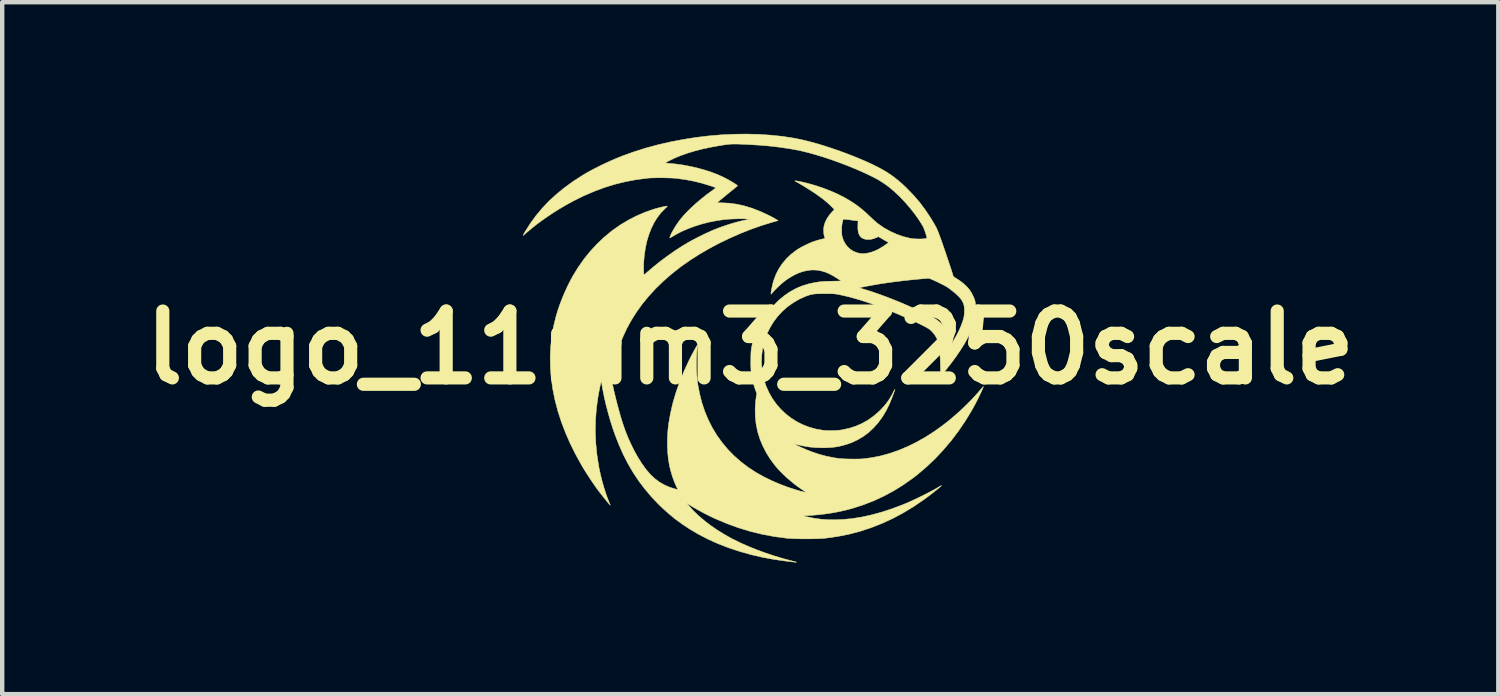
<source format=kicad_pcb>
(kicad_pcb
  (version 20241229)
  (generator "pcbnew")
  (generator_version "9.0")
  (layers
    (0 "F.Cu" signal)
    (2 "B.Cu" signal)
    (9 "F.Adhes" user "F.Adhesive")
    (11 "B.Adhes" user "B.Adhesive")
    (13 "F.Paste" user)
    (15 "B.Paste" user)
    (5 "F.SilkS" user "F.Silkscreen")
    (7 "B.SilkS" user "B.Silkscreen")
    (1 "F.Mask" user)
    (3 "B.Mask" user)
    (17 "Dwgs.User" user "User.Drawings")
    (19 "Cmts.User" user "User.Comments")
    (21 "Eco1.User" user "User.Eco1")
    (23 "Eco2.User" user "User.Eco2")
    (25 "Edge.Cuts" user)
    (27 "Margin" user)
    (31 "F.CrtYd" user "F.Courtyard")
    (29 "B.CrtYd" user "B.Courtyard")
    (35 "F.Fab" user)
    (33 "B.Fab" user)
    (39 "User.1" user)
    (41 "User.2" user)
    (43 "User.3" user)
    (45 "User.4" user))
  (footprint "logo_11mm3_3250scale"
    (layer "F.Cu")
    (at 14.05 4.874)
    (property "Reference" "logo_11mm3_3250scale" (at 0 0 0) (layer "F.SilkS") (effects (font (size 1.524 1.524) (thickness 0.3))))
    (attr through_hole)
    (fp_poly (pts (xy 0.192 -4.862) (xy 0.466 -4.844) (xy 0.734 -4.816) (xy 0.993 -4.776) (xy 1.101 -4.755) (xy 1.236 -4.725) (xy 1.383 -4.688) (xy 1.538 -4.645) (xy 1.7 -4.595) (xy 1.867 -4.541) (xy 2.035 -4.483) (xy 2.203 -4.421) (xy 2.369 -4.357) (xy 2.529 -4.29) (xy 2.642 -4.242) (xy 2.776 -4.18) (xy 2.896 -4.121) (xy 3.006 -4.062) (xy 3.108 -4.002) (xy 3.202 -3.94) (xy 3.293 -3.874) (xy 3.381 -3.803) (xy 3.47 -3.726) (xy 3.561 -3.64) (xy 3.57 -3.63) (xy 3.722 -3.474) (xy 3.861 -3.312) (xy 3.989 -3.141) (xy 4.109 -2.961) (xy 4.2 -2.81) (xy 4.219 -2.774) (xy 4.237 -2.742) (xy 4.252 -2.71) (xy 4.267 -2.676) (xy 4.283 -2.638) (xy 4.3 -2.593) (xy 4.32 -2.539) (xy 4.344 -2.473) (xy 4.35 -2.458) (xy 4.37 -2.401) (xy 4.392 -2.337) (xy 4.416 -2.268) (xy 4.441 -2.195) (xy 4.466 -2.121) (xy 4.491 -2.046) (xy 4.516 -1.973) (xy 4.539 -1.903) (xy 4.561 -1.838) (xy 4.58 -1.78) (xy 4.596 -1.73) (xy 4.609 -1.689) (xy 4.618 -1.66) (xy 4.622 -1.644) (xy 4.628 -1.63) (xy 4.638 -1.617) (xy 4.657 -1.602) (xy 4.684 -1.586) (xy 4.781 -1.523) (xy 4.868 -1.455) (xy 4.943 -1.383) (xy 5.002 -1.313) (xy 5.032 -1.267) (xy 5.062 -1.212) (xy 5.09 -1.154) (xy 5.112 -1.098) (xy 5.123 -1.063) (xy 5.131 -1.018) (xy 5.137 -0.963) (xy 5.141 -0.901) (xy 5.141 -0.837) (xy 5.138 -0.777) (xy 5.132 -0.723) (xy 5.132 -0.723) (xy 5.108 -0.606) (xy 5.07 -0.484) (xy 5.02 -0.358) (xy 4.957 -0.225) (xy 4.88 -0.086) (xy 4.789 0.059) (xy 4.686 0.21) (xy 4.608 0.316) (xy 4.574 0.361) (xy 4.538 0.407) (xy 4.502 0.454) (xy 4.466 0.498) (xy 4.433 0.54) (xy 4.403 0.576) (xy 4.378 0.606) (xy 4.359 0.628) (xy 4.348 0.639) (xy 4.345 0.641) (xy 4.344 0.633) (xy 4.342 0.612) (xy 4.34 0.58) (xy 4.338 0.538) (xy 4.336 0.488) (xy 4.335 0.44) (xy 4.332 0.333) (xy 4.328 0.235) (xy 4.323 0.146) (xy 4.318 0.069) (xy 4.311 0.004) (xy 4.305 -0.043) (xy 4.283 -0.136) (xy 4.246 -0.224) (xy 4.196 -0.305) (xy 4.133 -0.377) (xy 4.097 -0.409) (xy 4.07 -0.429) (xy 4.028 -0.454) (xy 3.973 -0.484) (xy 3.905 -0.519) (xy 3.824 -0.558) (xy 3.731 -0.602) (xy 3.627 -0.65) (xy 3.599 -0.663) (xy 3.356 -0.769) (xy 3.122 -0.866) (xy 2.9 -0.952) (xy 2.687 -1.027) (xy 2.486 -1.092) (xy 2.296 -1.146) (xy 2.116 -1.19) (xy 2.005 -1.213) (xy 1.975 -1.218) (xy 1.947 -1.223) (xy 1.919 -1.226) (xy 1.888 -1.228) (xy 1.851 -1.229) (xy 1.806 -1.23) (xy 1.75 -1.23) (xy 1.692 -1.231) (xy 1.614 -1.23) (xy 1.549 -1.229) (xy 1.495 -1.226) (xy 1.448 -1.222) (xy 1.406 -1.215) (xy 1.367 -1.206) (xy 1.328 -1.194) (xy 1.286 -1.179) (xy 1.254 -1.167) (xy 1.111 -1.102) (xy 0.976 -1.023) (xy 0.85 -0.933) (xy 0.735 -0.832) (xy 0.63 -0.719) (xy 0.536 -0.596) (xy 0.454 -0.463) (xy 0.384 -0.322) (xy 0.364 -0.274) (xy 0.316 -0.13) (xy 0.282 0.018) (xy 0.262 0.17) (xy 0.256 0.322) (xy 0.265 0.475) (xy 0.288 0.626) (xy 0.325 0.773) (xy 0.365 0.887) (xy 0.43 1.03) (xy 0.507 1.164) (xy 0.597 1.289) (xy 0.697 1.404) (xy 0.808 1.509) (xy 0.928 1.602) (xy 1.056 1.684) (xy 1.193 1.753) (xy 1.336 1.809) (xy 1.486 1.852) (xy 1.641 1.88) (xy 1.643 1.88) (xy 1.7 1.886) (xy 1.767 1.889) (xy 1.84 1.89) (xy 1.914 1.888) (xy 1.985 1.885) (xy 2.049 1.879) (xy 2.098 1.872) (xy 2.257 1.837) (xy 2.407 1.788) (xy 2.548 1.727) (xy 2.681 1.652) (xy 2.806 1.564) (xy 2.924 1.463) (xy 2.982 1.406) (xy 3.051 1.331) (xy 3.111 1.258) (xy 3.163 1.184) (xy 3.212 1.103) (xy 3.249 1.036) (xy 3.267 1.002) (xy 3.281 0.975) (xy 3.292 0.957) (xy 3.298 0.95) (xy 3.298 0.95) (xy 3.295 0.962) (xy 3.288 0.986) (xy 3.276 1.019) (xy 3.261 1.06) (xy 3.244 1.104) (xy 3.227 1.151) (xy 3.208 1.196) (xy 3.191 1.239) (xy 3.176 1.276) (xy 3.17 1.289) (xy 3.094 1.442) (xy 3.008 1.583) (xy 2.914 1.712) (xy 2.811 1.827) (xy 2.7 1.931) (xy 2.58 2.021) (xy 2.451 2.098) (xy 2.315 2.162) (xy 2.223 2.195) (xy 2.121 2.226) (xy 2.022 2.25) (xy 1.921 2.267) (xy 1.815 2.277) (xy 1.7 2.282) (xy 1.651 2.282) (xy 1.483 2.277) (xy 1.323 2.261) (xy 1.167 2.233) (xy 1.079 2.212) (xy 1.051 2.205) (xy 1.029 2.201) (xy 1.018 2.2) (xy 1.017 2.2) (xy 1.022 2.205) (xy 1.04 2.214) (xy 1.066 2.228) (xy 1.1 2.245) (xy 1.118 2.254) (xy 1.279 2.325) (xy 1.434 2.385) (xy 1.588 2.435) (xy 1.744 2.476) (xy 1.906 2.508) (xy 1.985 2.521) (xy 2.029 2.526) (xy 2.085 2.531) (xy 2.15 2.534) (xy 2.221 2.537) (xy 2.295 2.538) (xy 2.369 2.539) (xy 2.44 2.538) (xy 2.503 2.537) (xy 2.557 2.534) (xy 2.573 2.533) (xy 2.776 2.506) (xy 2.98 2.465) (xy 3.184 2.408) (xy 3.389 2.337) (xy 3.594 2.25) (xy 3.798 2.149) (xy 4.001 2.034) (xy 4.203 1.904) (xy 4.388 1.771) (xy 4.524 1.665) (xy 4.661 1.549) (xy 4.797 1.428) (xy 4.928 1.303) (xy 5.052 1.177) (xy 5.167 1.052) (xy 5.263 0.94) (xy 5.284 0.916) (xy 5.3 0.898) (xy 5.31 0.888) (xy 5.313 0.887) (xy 5.312 0.896) (xy 5.304 0.917) (xy 5.291 0.949) (xy 5.273 0.989) (xy 5.251 1.036) (xy 5.226 1.089) (xy 5.199 1.145) (xy 5.17 1.202) (xy 5.141 1.26) (xy 5.111 1.316) (xy 5.083 1.368) (xy 5.056 1.416) (xy 5.053 1.422) (xy 4.904 1.667) (xy 4.745 1.901) (xy 4.577 2.123) (xy 4.399 2.333) (xy 4.212 2.532) (xy 4.017 2.717) (xy 3.814 2.89) (xy 3.701 2.977) (xy 3.488 3.127) (xy 3.269 3.263) (xy 3.044 3.384) (xy 2.813 3.491) (xy 2.576 3.583) (xy 2.333 3.661) (xy 2.232 3.689) (xy 2.068 3.728) (xy 1.901 3.761) (xy 1.728 3.788) (xy 1.546 3.809) (xy 1.353 3.825) (xy 1.301 3.828) (xy 1.207 3.834) (xy 1.293 3.855) (xy 1.456 3.888) (xy 1.625 3.911) (xy 1.801 3.922) (xy 1.899 3.923) (xy 2.109 3.916) (xy 2.324 3.895) (xy 2.544 3.86) (xy 2.77 3.81) (xy 3.001 3.747) (xy 3.238 3.669) (xy 3.481 3.577) (xy 3.58 3.536) (xy 3.648 3.506) (xy 3.726 3.47) (xy 3.811 3.43) (xy 3.899 3.387) (xy 3.988 3.342) (xy 4.074 3.298) (xy 4.154 3.256) (xy 4.225 3.217) (xy 4.259 3.197) (xy 4.302 3.172) (xy 4.332 3.155) (xy 4.351 3.145) (xy 4.36 3.141) (xy 4.361 3.143) (xy 4.354 3.15) (xy 4.341 3.162) (xy 4.31 3.19) (xy 4.268 3.224) (xy 4.218 3.264) (xy 4.164 3.307) (xy 4.106 3.352) (xy 4.048 3.396) (xy 3.993 3.437) (xy 3.943 3.473) (xy 3.711 3.63) (xy 3.475 3.772) (xy 3.236 3.899) (xy 2.993 4.01) (xy 2.747 4.106) (xy 2.496 4.188) (xy 2.242 4.254) (xy 1.983 4.305) (xy 1.72 4.342) (xy 1.708 4.343) (xy 1.649 4.348) (xy 1.578 4.352) (xy 1.497 4.355) (xy 1.409 4.357) (xy 1.317 4.358) (xy 1.224 4.358) (xy 1.131 4.357) (xy 1.043 4.355) (xy 0.962 4.352) (xy 0.891 4.348) (xy 0.833 4.343) (xy 0.828 4.343) (xy 0.545 4.305) (xy 0.268 4.253) (xy -0.005 4.186) (xy -0.274 4.104) (xy -0.54 4.007) (xy -0.804 3.895) (xy -0.846 3.876) (xy -0.911 3.845) (xy -0.982 3.809) (xy -1.056 3.771) (xy -1.13 3.731) (xy -1.202 3.692) (xy -1.27 3.654) (xy -1.33 3.618) (xy -1.381 3.586) (xy -1.417 3.562) (xy -1.431 3.553) (xy -1.438 3.551) (xy -1.438 3.551) (xy -1.433 3.559) (xy -1.421 3.575) (xy -1.403 3.597) (xy -1.397 3.604) (xy -1.297 3.716) (xy -1.182 3.827) (xy -1.054 3.937) (xy -0.915 4.044) (xy -0.765 4.148) (xy -0.605 4.248) (xy -0.438 4.343) (xy -0.399 4.363) (xy -0.233 4.445) (xy -0.053 4.525) (xy 0.137 4.602) (xy 0.335 4.675) (xy 0.539 4.743) (xy 0.746 4.806) (xy 0.953 4.861) (xy 1.001 4.873) (xy 1.033 4.882) (xy 1.05 4.888) (xy 1.053 4.891) (xy 1.041 4.892) (xy 1.015 4.889) (xy 0.996 4.887) (xy 0.981 4.885) (xy 0.953 4.882) (xy 0.916 4.878) (xy 0.873 4.873) (xy 0.836 4.868) (xy 0.556 4.829) (xy 0.282 4.779) (xy 0.015 4.717) (xy -0.244 4.644) (xy -0.495 4.561) (xy -0.737 4.467) (xy -0.968 4.363) (xy -1.189 4.248) (xy -1.379 4.136) (xy -1.548 4.024) (xy -1.707 3.908) (xy -1.858 3.784) (xy -2.007 3.65) (xy -2.095 3.564) (xy -2.255 3.396) (xy -2.334 3.302) (xy 1.274 3.302) (xy 1.278 3.306) (xy 1.282 3.302) (xy 1.278 3.298) (xy 1.274 3.302) (xy -2.334 3.302) (xy -2.403 3.221) (xy -2.54 3.04) (xy -2.666 2.851) (xy -2.782 2.653) (xy -2.89 2.445) (xy -2.988 2.225) (xy -3.079 1.993) (xy -3.134 1.837) (xy -3.189 1.663) (xy -3.24 1.484) (xy -3.287 1.304) (xy -3.328 1.127) (xy -3.362 0.957) (xy -3.377 0.868) (xy -3.383 0.831) (xy -3.389 0.8) (xy -3.393 0.778) (xy -3.395 0.768) (xy -3.395 0.768) (xy -3.398 0.774) (xy -3.403 0.793) (xy -3.41 0.822) (xy -3.419 0.86) (xy -3.428 0.904) (xy -3.438 0.952) (xy -3.448 1.002) (xy -3.457 1.05) (xy -3.465 1.095) (xy -3.47 1.122) (xy -3.506 1.384) (xy -3.526 1.648) (xy -3.531 1.913) (xy -3.52 2.178) (xy -3.494 2.443) (xy -3.452 2.709) (xy -3.446 2.743) (xy -3.415 2.886) (xy -3.38 3.03) (xy -3.34 3.171) (xy -3.298 3.306) (xy -3.253 3.432) (xy -3.213 3.532) (xy -3.188 3.591) (xy -3.209 3.571) (xy -3.222 3.557) (xy -3.243 3.533) (xy -3.27 3.5) (xy -3.302 3.461) (xy -3.337 3.417) (xy -3.374 3.371) (xy -3.41 3.325) (xy -3.445 3.28) (xy -3.476 3.239) (xy -3.501 3.205) (xy -3.541 3.149) (xy -3.586 3.083) (xy -3.635 3.011) (xy -3.684 2.936) (xy -3.733 2.861) (xy -3.777 2.79) (xy -3.817 2.726) (xy -3.839 2.688) (xy -3.978 2.437) (xy -4.103 2.187) (xy -4.212 1.936) (xy -4.307 1.687) (xy -4.387 1.439) (xy -4.451 1.192) (xy -4.501 0.946) (xy -4.53 0.74) (xy -3.155 0.74) (xy -3.153 0.763) (xy -3.149 0.79) (xy -3.142 0.825) (xy -3.132 0.871) (xy -3.13 0.879) (xy -3.101 1.011) (xy -3.068 1.147) (xy -3.033 1.286) (xy -2.996 1.422) (xy -2.96 1.551) (xy -2.924 1.671) (xy -2.906 1.727) (xy -2.85 1.89) (xy -2.786 2.05) (xy -2.715 2.207) (xy -2.64 2.358) (xy -2.56 2.501) (xy -2.477 2.633) (xy -2.392 2.752) (xy -2.363 2.79) (xy -2.27 2.896) (xy -2.171 2.988) (xy -2.066 3.066) (xy -1.953 3.13) (xy -1.833 3.182) (xy -1.735 3.213) (xy -1.705 3.221) (xy -1.68 3.228) (xy -1.664 3.232) (xy -1.662 3.233) (xy -1.656 3.233) (xy -1.656 3.226) (xy -1.662 3.21) (xy -1.675 3.183) (xy -1.713 3.1) (xy -1.75 3.005) (xy -1.785 2.903) (xy -1.815 2.798) (xy -1.84 2.695) (xy -1.844 2.677) (xy -1.868 2.53) (xy -1.883 2.372) (xy -1.89 2.209) (xy -1.888 2.041) (xy -1.876 1.873) (xy -1.86 1.731) (xy -1.819 1.501) (xy -1.765 1.266) (xy -1.696 1.03) (xy -1.613 0.791) (xy -1.516 0.551) (xy -1.406 0.312) (xy -1.383 0.265) (xy -1.359 0.216) (xy -1.333 0.166) (xy -1.306 0.117) (xy -1.281 0.07) (xy -1.257 0.027) (xy -1.237 -0.01) (xy -1.22 -0.038) (xy -1.208 -0.056) (xy -1.203 -0.062) (xy -1.201 -0.056) (xy -1.202 -0.038) (xy -1.204 -0.025) (xy -1.211 0.026) (xy -1.217 0.09) (xy -1.222 0.164) (xy -1.225 0.244) (xy -1.227 0.327) (xy -1.227 0.411) (xy -1.226 0.492) (xy -1.223 0.567) (xy -1.219 0.621) (xy -1.194 0.841) (xy -1.154 1.053) (xy -1.102 1.258) (xy -1.035 1.456) (xy -0.956 1.645) (xy -0.864 1.827) (xy -0.759 2) (xy -0.641 2.164) (xy -0.511 2.319) (xy -0.368 2.465) (xy -0.214 2.601) (xy -0.047 2.728) (xy 0.131 2.844) (xy 0.145 2.852) (xy 0.314 2.946) (xy 0.495 3.034) (xy 0.684 3.115) (xy 0.877 3.187) (xy 1.071 3.249) (xy 1.145 3.27) (xy 1.193 3.282) (xy 1.227 3.291) (xy 1.25 3.296) (xy 1.262 3.297) (xy 1.265 3.295) (xy 1.262 3.291) (xy 1.253 3.285) (xy 1.234 3.271) (xy 1.206 3.253) (xy 1.174 3.23) (xy 1.158 3.22) (xy 1.058 3.148) (xy 0.956 3.068) (xy 0.856 2.984) (xy 0.761 2.896) (xy 0.673 2.808) (xy 0.595 2.722) (xy 0.555 2.673) (xy 0.452 2.533) (xy 0.362 2.388) (xy 0.286 2.24) (xy 0.266 2.192) (xy 1 2.192) (xy 1.004 2.196) (xy 1.008 2.192) (xy 1.004 2.188) (xy 1 2.192) (xy 0.266 2.192) (xy 0.223 2.09) (xy 0.175 1.939) (xy 0.162 1.887) (xy 0.132 1.732) (xy 0.115 1.572) (xy 0.111 1.41) (xy 0.119 1.251) (xy 0.137 1.112) (xy 0.149 1.046) (xy 0.121 0.972) (xy 0.095 0.895) (xy 0.07 0.806) (xy 0.048 0.709) (xy 0.03 0.614) (xy 0.024 0.579) (xy 0.02 0.548) (xy 0.017 0.516) (xy 0.015 0.48) (xy 0.013 0.438) (xy 0.012 0.388) (xy 0.012 0.325) (xy 0.012 0.305) (xy 0.013 0.229) (xy 0.014 0.165) (xy 0.016 0.11) (xy 0.02 0.062) (xy 0.027 0.015) (xy 0.035 -0.032) (xy 0.046 -0.083) (xy 0.061 -0.142) (xy 0.062 -0.149) (xy 0.091 -0.25) (xy 0.124 -0.345) (xy 0.163 -0.436) (xy 0.209 -0.525) (xy 0.263 -0.616) (xy 0.328 -0.71) (xy 0.403 -0.81) (xy 0.421 -0.832) (xy 0.533 -0.964) (xy 0.651 -1.081) (xy 0.774 -1.183) (xy 0.902 -1.271) (xy 1.035 -1.345) (xy 1.082 -1.365) (xy 2.488 -1.365) (xy 2.494 -1.362) (xy 2.513 -1.356) (xy 2.542 -1.346) (xy 2.579 -1.335) (xy 2.612 -1.325) (xy 2.756 -1.281) (xy 2.91 -1.228) (xy 3.074 -1.168) (xy 3.245 -1.102) (xy 3.421 -1.031) (xy 3.6 -0.954) (xy 3.781 -0.874) (xy 3.962 -0.791) (xy 4.033 -0.756) (xy 4.103 -0.722) (xy 4.16 -0.692) (xy 4.208 -0.664) (xy 4.25 -0.637) (xy 4.287 -0.609) (xy 4.323 -0.578) (xy 4.349 -0.555) (xy 4.427 -0.469) (xy 4.492 -0.375) (xy 4.543 -0.273) (xy 4.582 -0.162) (xy 4.588 -0.141) (xy 4.597 -0.106) (xy 4.629 -0.157) (xy 4.645 -0.183) (xy 4.666 -0.219) (xy 4.689 -0.26) (xy 4.712 -0.3) (xy 4.713 -0.303) (xy 4.749 -0.373) (xy 4.784 -0.448) (xy 4.815 -0.524) (xy 4.841 -0.597) (xy 4.861 -0.661) (xy 4.863 -0.668) (xy 4.874 -0.727) (xy 4.88 -0.791) (xy 4.882 -0.856) (xy 4.878 -0.917) (xy 4.87 -0.97) (xy 4.863 -0.994) (xy 4.844 -1.04) (xy 4.819 -1.084) (xy 4.787 -1.128) (xy 4.747 -1.172) (xy 4.696 -1.22) (xy 4.634 -1.272) (xy 4.599 -1.299) (xy 4.565 -1.326) (xy 4.531 -1.351) (xy 4.502 -1.372) (xy 4.481 -1.386) (xy 4.479 -1.387) (xy 4.452 -1.403) (xy 4.414 -1.423) (xy 4.369 -1.446) (xy 4.319 -1.471) (xy 4.267 -1.496) (xy 4.217 -1.52) (xy 4.173 -1.54) (xy 4.154 -1.548) (xy 4.076 -1.581) (xy 3.955 -1.572) (xy 3.828 -1.561) (xy 3.694 -1.548) (xy 3.555 -1.533) (xy 3.414 -1.517) (xy 3.277 -1.5) (xy 3.145 -1.482) (xy 3.023 -1.464) (xy 2.952 -1.453) (xy 2.902 -1.445) (xy 2.848 -1.435) (xy 2.79 -1.425) (xy 2.732 -1.414) (xy 2.676 -1.404) (xy 2.623 -1.394) (xy 2.576 -1.384) (xy 2.537 -1.377) (xy 2.508 -1.37) (xy 2.491 -1.366) (xy 2.488 -1.365) (xy 1.082 -1.365) (xy 1.175 -1.405) (xy 1.321 -1.451) (xy 1.379 -1.465) (xy 1.442 -1.478) (xy 1.499 -1.489) (xy 1.554 -1.497) (xy 1.61 -1.504) (xy 1.67 -1.509) (xy 1.737 -1.512) (xy 1.815 -1.515) (xy 1.855 -1.515) (xy 2.073 -1.52) (xy 1.981 -1.58) (xy 1.888 -1.638) (xy 1.801 -1.684) (xy 1.717 -1.72) (xy 1.635 -1.745) (xy 1.55 -1.762) (xy 1.517 -1.767) (xy 1.413 -1.771) (xy 1.307 -1.76) (xy 1.197 -1.735) (xy 1.087 -1.696) (xy 0.976 -1.642) (xy 0.864 -1.574) (xy 0.799 -1.528) (xy 0.759 -1.497) (xy 0.715 -1.46) (xy 0.669 -1.418) (xy 0.622 -1.375) (xy 0.58 -1.333) (xy 0.543 -1.295) (xy 0.514 -1.263) (xy 0.508 -1.255) (xy 0.492 -1.236) (xy 0.48 -1.223) (xy 0.475 -1.219) (xy 0.472 -1.226) (xy 0.473 -1.246) (xy 0.476 -1.276) (xy 0.482 -1.314) (xy 0.491 -1.357) (xy 0.501 -1.403) (xy 0.512 -1.45) (xy 0.523 -1.494) (xy 0.535 -1.535) (xy 0.539 -1.547) (xy 0.59 -1.679) (xy 0.655 -1.803) (xy 0.733 -1.919) (xy 0.824 -2.027) (xy 0.928 -2.127) (xy 1.044 -2.216) (xy 1.08 -2.241) (xy 1.13 -2.271) (xy 1.191 -2.305) (xy 1.257 -2.338) (xy 1.324 -2.37) (xy 1.388 -2.398) (xy 1.444 -2.419) (xy 1.45 -2.421) (xy 1.486 -2.433) (xy 1.528 -2.446) (xy 1.571 -2.458) (xy 1.612 -2.469) (xy 1.647 -2.477) (xy 1.675 -2.483) (xy 1.69 -2.485) (xy 1.702 -2.486) (xy 1.704 -2.487) (xy 1.701 -2.495) (xy 1.696 -2.514) (xy 1.688 -2.539) (xy 1.678 -2.583) (xy 1.673 -2.636) (xy 1.673 -2.686) (xy 2.083 -2.686) (xy 2.084 -2.627) (xy 2.088 -2.574) (xy 2.095 -2.53) (xy 2.097 -2.524) (xy 2.126 -2.44) (xy 2.168 -2.364) (xy 2.22 -2.297) (xy 2.282 -2.241) (xy 2.351 -2.198) (xy 2.354 -2.197) (xy 2.43 -2.165) (xy 2.504 -2.147) (xy 2.58 -2.143) (xy 2.661 -2.152) (xy 2.665 -2.153) (xy 2.736 -2.169) (xy 2.806 -2.192) (xy 2.881 -2.224) (xy 2.896 -2.231) (xy 2.937 -2.253) (xy 2.985 -2.281) (xy 3.034 -2.312) (xy 3.08 -2.342) (xy 3.118 -2.37) (xy 3.129 -2.379) (xy 3.151 -2.397) (xy 2.921 -2.53) (xy 2.873 -2.508) (xy 2.809 -2.483) (xy 2.744 -2.468) (xy 2.682 -2.464) (xy 2.625 -2.47) (xy 2.574 -2.486) (xy 2.531 -2.511) (xy 2.502 -2.543) (xy 2.479 -2.583) (xy 2.464 -2.627) (xy 2.455 -2.679) (xy 2.452 -2.742) (xy 2.453 -2.759) (xy 2.453 -2.797) (xy 2.454 -2.83) (xy 2.455 -2.856) (xy 2.456 -2.868) (xy 2.458 -2.887) (xy 2.291 -2.91) (xy 2.234 -2.918) (xy 2.19 -2.923) (xy 2.158 -2.926) (xy 2.137 -2.927) (xy 2.124 -2.926) (xy 2.118 -2.924) (xy 2.118 -2.923) (xy 2.114 -2.911) (xy 2.107 -2.888) (xy 2.1 -2.859) (xy 2.098 -2.85) (xy 2.09 -2.802) (xy 2.085 -2.746) (xy 2.083 -2.686) (xy 1.673 -2.686) (xy 1.673 -2.693) (xy 1.677 -2.748) (xy 1.685 -2.792) (xy 1.711 -2.868) (xy 1.751 -2.946) (xy 1.803 -3.022) (xy 1.864 -3.093) (xy 1.866 -3.095) (xy 1.887 -3.117) (xy 1.904 -3.136) (xy 1.914 -3.148) (xy 1.915 -3.15) (xy 1.909 -3.157) (xy 1.895 -3.172) (xy 1.873 -3.195) (xy 1.846 -3.221) (xy 1.835 -3.233) (xy 1.782 -3.283) (xy 1.729 -3.33) (xy 1.673 -3.376) (xy 1.612 -3.422) (xy 1.544 -3.471) (xy 1.466 -3.525) (xy 1.422 -3.554) (xy 1.384 -3.579) (xy 1.338 -3.608) (xy 1.287 -3.64) (xy 1.235 -3.672) (xy 1.183 -3.704) (xy 1.134 -3.733) (xy 1.092 -3.758) (xy 1.058 -3.777) (xy 1.041 -3.786) (xy 1.025 -3.796) (xy 1.018 -3.802) (xy 1.019 -3.803) (xy 1.028 -3.804) (xy 1.051 -3.801) (xy 1.084 -3.796) (xy 1.125 -3.788) (xy 1.172 -3.778) (xy 1.224 -3.766) (xy 1.276 -3.754) (xy 1.319 -3.743) (xy 1.489 -3.695) (xy 1.658 -3.638) (xy 1.823 -3.575) (xy 1.981 -3.506) (xy 2.128 -3.432) (xy 2.214 -3.383) (xy 2.311 -3.324) (xy 2.399 -3.266) (xy 2.482 -3.205) (xy 2.562 -3.14) (xy 2.645 -3.068) (xy 2.728 -2.989) (xy 2.77 -2.95) (xy 2.813 -2.91) (xy 2.855 -2.873) (xy 2.892 -2.841) (xy 2.922 -2.818) (xy 2.924 -2.816) (xy 3.054 -2.727) (xy 3.193 -2.65) (xy 3.337 -2.585) (xy 3.484 -2.533) (xy 3.632 -2.496) (xy 3.669 -2.489) (xy 3.713 -2.483) (xy 3.765 -2.48) (xy 3.821 -2.477) (xy 3.876 -2.477) (xy 3.926 -2.479) (xy 3.967 -2.483) (xy 3.977 -2.485) (xy 4.001 -2.489) (xy 4.018 -2.492) (xy 4.023 -2.493) (xy 4.025 -2.5) (xy 4.023 -2.519) (xy 4.016 -2.547) (xy 4.006 -2.581) (xy 3.993 -2.62) (xy 3.979 -2.661) (xy 3.965 -2.7) (xy 3.95 -2.736) (xy 3.936 -2.766) (xy 3.929 -2.778) (xy 3.847 -2.91) (xy 3.752 -3.045) (xy 3.647 -3.178) (xy 3.535 -3.308) (xy 3.419 -3.431) (xy 3.383 -3.466) (xy 3.283 -3.559) (xy 3.188 -3.641) (xy 3.093 -3.713) (xy 2.996 -3.779) (xy 2.894 -3.84) (xy 2.783 -3.898) (xy 2.755 -3.912) (xy 2.586 -3.992) (xy 2.41 -4.069) (xy 2.23 -4.143) (xy 2.047 -4.213) (xy 1.864 -4.279) (xy 1.682 -4.34) (xy 1.505 -4.394) (xy 1.335 -4.442) (xy 1.173 -4.482) (xy 1.062 -4.505) (xy 0.866 -4.54) (xy 0.656 -4.57) (xy 0.431 -4.596) (xy 0.191 -4.616) (xy -0.062 -4.631) (xy -0.172 -4.636) (xy -0.246 -4.639) (xy -0.307 -4.641) (xy -0.36 -4.641) (xy -0.408 -4.641) (xy -0.452 -4.638) (xy -0.498 -4.634) (xy -0.548 -4.628) (xy -0.605 -4.62) (xy -0.672 -4.609) (xy -0.711 -4.603) (xy -0.907 -4.567) (xy -1.094 -4.527) (xy -1.272 -4.481) (xy -1.439 -4.43) (xy -1.593 -4.375) (xy -1.735 -4.316) (xy -1.852 -4.258) (xy -1.883 -4.242) (xy -1.909 -4.227) (xy -1.927 -4.217) (xy -1.933 -4.213) (xy -1.928 -4.21) (xy -1.911 -4.207) (xy -1.884 -4.204) (xy -1.859 -4.202) (xy -1.696 -4.186) (xy -1.53 -4.163) (xy -1.363 -4.131) (xy -1.198 -4.093) (xy -1.038 -4.049) (xy -0.884 -3.999) (xy -0.741 -3.944) (xy -0.61 -3.884) (xy -0.601 -3.88) (xy -0.551 -3.854) (xy -0.501 -3.827) (xy -0.452 -3.799) (xy -0.406 -3.772) (xy -0.366 -3.747) (xy -0.332 -3.725) (xy -0.307 -3.707) (xy -0.293 -3.694) (xy -0.291 -3.688) (xy -0.297 -3.682) (xy -0.314 -3.668) (xy -0.339 -3.647) (xy -0.37 -3.622) (xy -0.399 -3.599) (xy -0.43 -3.573) (xy -0.468 -3.543) (xy -0.51 -3.509) (xy -0.553 -3.473) (xy -0.597 -3.437) (xy -0.639 -3.402) (xy -0.677 -3.371) (xy -0.709 -3.344) (xy -0.733 -3.324) (xy -0.747 -3.311) (xy -0.748 -3.311) (xy -0.747 -3.307) (xy -0.736 -3.305) (xy -0.713 -3.303) (xy -0.677 -3.302) (xy -0.639 -3.301) (xy -0.472 -3.293) (xy -0.302 -3.269) (xy -0.129 -3.23) (xy 0.047 -3.176) (xy 0.227 -3.106) (xy 0.379 -3.036) (xy 0.426 -3.013) (xy 0.474 -2.989) (xy 0.517 -2.966) (xy 0.553 -2.946) (xy 0.574 -2.934) (xy 0.636 -2.897) (xy 0.492 -2.856) (xy 0.25 -2.781) (xy 0.007 -2.695) (xy -0.236 -2.598) (xy -0.476 -2.492) (xy -0.711 -2.379) (xy -0.939 -2.257) (xy -1.158 -2.13) (xy -1.366 -1.997) (xy -1.561 -1.861) (xy -1.583 -1.845) (xy -1.789 -1.683) (xy -1.98 -1.517) (xy -2.157 -1.345) (xy -2.319 -1.168) (xy -2.468 -0.986) (xy -2.602 -0.798) (xy -2.723 -0.604) (xy -2.813 -0.438) (xy -2.904 -0.242) (xy -2.983 -0.042) (xy -3.048 0.16) (xy -3.1 0.364) (xy -3.137 0.566) (xy -3.15 0.664) (xy -3.153 0.694) (xy -3.155 0.719) (xy -3.155 0.74) (xy -4.53 0.74) (xy -4.536 0.702) (xy -4.555 0.46) (xy -4.56 0.22) (xy -4.549 -0.018) (xy -4.524 -0.253) (xy -4.483 -0.486) (xy -4.427 -0.716) (xy -4.383 -0.86) (xy -4.338 -0.991) (xy -4.285 -1.127) (xy -4.227 -1.265) (xy -4.165 -1.4) (xy -4.101 -1.527) (xy -4.041 -1.638) (xy -3.92 -1.834) (xy -3.789 -2.02) (xy -3.647 -2.196) (xy -3.495 -2.36) (xy -3.335 -2.513) (xy -3.166 -2.653) (xy -3.138 -2.674) (xy -2.963 -2.797) (xy -2.78 -2.907) (xy -2.591 -3.004) (xy -2.397 -3.087) (xy -2.21 -3.153) (xy -2.167 -3.166) (xy -2.118 -3.179) (xy -2.068 -3.192) (xy -2.019 -3.204) (xy -1.973 -3.214) (xy -1.935 -3.222) (xy -1.906 -3.227) (xy -1.893 -3.228) (xy -1.892 -3.223) (xy -1.902 -3.209) (xy -1.923 -3.188) (xy -1.94 -3.173) (xy -2.032 -3.078) (xy -2.115 -2.971) (xy -2.19 -2.852) (xy -2.254 -2.722) (xy -2.309 -2.582) (xy -2.355 -2.432) (xy -2.39 -2.272) (xy -2.414 -2.104) (xy -2.422 -2.021) (xy -2.426 -1.965) (xy -2.429 -1.906) (xy -2.43 -1.846) (xy -2.43 -1.79) (xy -2.429 -1.742) (xy -2.427 -1.704) (xy -2.426 -1.693) (xy -2.421 -1.657) (xy -2.366 -1.706) (xy -2.214 -1.836) (xy -2.053 -1.966) (xy -1.885 -2.09) (xy -1.716 -2.209) (xy -1.547 -2.318) (xy -1.411 -2.399) (xy -1.333 -2.443) (xy -1.245 -2.489) (xy -1.151 -2.537) (xy -1.056 -2.584) (xy -0.963 -2.627) (xy -0.877 -2.666) (xy -0.832 -2.685) (xy -0.734 -2.724) (xy -0.628 -2.762) (xy -0.519 -2.799) (xy -0.41 -2.833) (xy -0.304 -2.863) (xy -0.203 -2.889) (xy -0.112 -2.909) (xy -0.066 -2.918) (xy -0.004 -2.928) (xy -0.09 -2.935) (xy -0.141 -2.937) (xy -0.204 -2.938) (xy -0.274 -2.937) (xy -0.349 -2.935) (xy -0.425 -2.932) (xy -0.497 -2.928) (xy -0.562 -2.923) (xy -0.602 -2.919) (xy -0.77 -2.894) (xy -0.938 -2.861) (xy -1.103 -2.819) (xy -1.263 -2.769) (xy -1.416 -2.712) (xy -1.561 -2.65) (xy -1.693 -2.581) (xy -1.771 -2.535) (xy -1.801 -2.517) (xy -1.82 -2.505) (xy -1.831 -2.501) (xy -1.835 -2.503) (xy -1.834 -2.51) (xy -1.833 -2.515) (xy -1.822 -2.549) (xy -1.802 -2.594) (xy -1.775 -2.646) (xy -1.742 -2.703) (xy -1.706 -2.763) (xy -1.666 -2.823) (xy -1.625 -2.881) (xy -1.584 -2.935) (xy -1.581 -2.938) (xy -1.509 -3.023) (xy -1.425 -3.111) (xy -1.331 -3.203) (xy -1.23 -3.295) (xy -1.122 -3.386) (xy -1.012 -3.474) (xy -0.899 -3.558) (xy -0.869 -3.579) (xy -0.834 -3.604) (xy -0.81 -3.622) (xy -0.796 -3.634) (xy -0.791 -3.642) (xy -0.793 -3.647) (xy -0.795 -3.648) (xy -0.811 -3.655) (xy -0.84 -3.666) (xy -0.878 -3.679) (xy -0.922 -3.693) (xy -0.969 -3.708) (xy -1.017 -3.723) (xy -1.062 -3.737) (xy -1.097 -3.747) (xy -1.278 -3.792) (xy -1.463 -3.828) (xy -1.656 -3.855) (xy -1.68 -3.858) (xy -1.735 -3.863) (xy -1.802 -3.867) (xy -1.878 -3.869) (xy -1.959 -3.871) (xy -2.041 -3.872) (xy -2.123 -3.872) (xy -2.2 -3.87) (xy -2.27 -3.868) (xy -2.328 -3.864) (xy -2.345 -3.862) (xy -2.592 -3.83) (xy -2.836 -3.785) (xy -3.076 -3.726) (xy -3.315 -3.653) (xy -3.552 -3.565) (xy -3.79 -3.463) (xy -4.023 -3.348) (xy -4.191 -3.257) (xy -4.36 -3.157) (xy -4.527 -3.051) (xy -4.689 -2.941) (xy -4.844 -2.829) (xy -4.988 -2.715) (xy -5.11 -2.612) (xy -5.136 -2.589) (xy -5.158 -2.571) (xy -5.173 -2.56) (xy -5.178 -2.557) (xy -5.175 -2.565) (xy -5.166 -2.583) (xy -5.151 -2.61) (xy -5.133 -2.642) (xy -5.128 -2.65) (xy -5.011 -2.834) (xy -4.882 -3.011) (xy -4.74 -3.18) (xy -4.586 -3.342) (xy -4.418 -3.496) (xy -4.236 -3.645) (xy -4.041 -3.787) (xy -3.832 -3.922) (xy -3.74 -3.978) (xy -3.643 -4.032) (xy -3.535 -4.089) (xy -3.419 -4.147) (xy -3.298 -4.205) (xy -3.175 -4.261) (xy -3.054 -4.313) (xy -2.939 -4.36) (xy -2.911 -4.371) (xy -2.649 -4.465) (xy -2.379 -4.55) (xy -2.102 -4.625) (xy -1.819 -4.69) (xy -1.532 -4.745) (xy -1.243 -4.791) (xy -0.953 -4.826) (xy -0.663 -4.851) (xy -0.374 -4.865) (xy -0.089 -4.869) (xy 0.192 -4.862)) (stroke (width 0.01) (type solid)) (fill yes) (layer "F.SilkS")))
  (gr_rect
    (start -3 -3)
    (end 31.1 12.771)
    (stroke (width 0.1) (type default))
    (fill no)
    (layer "Edge.Cuts")))
</source>
